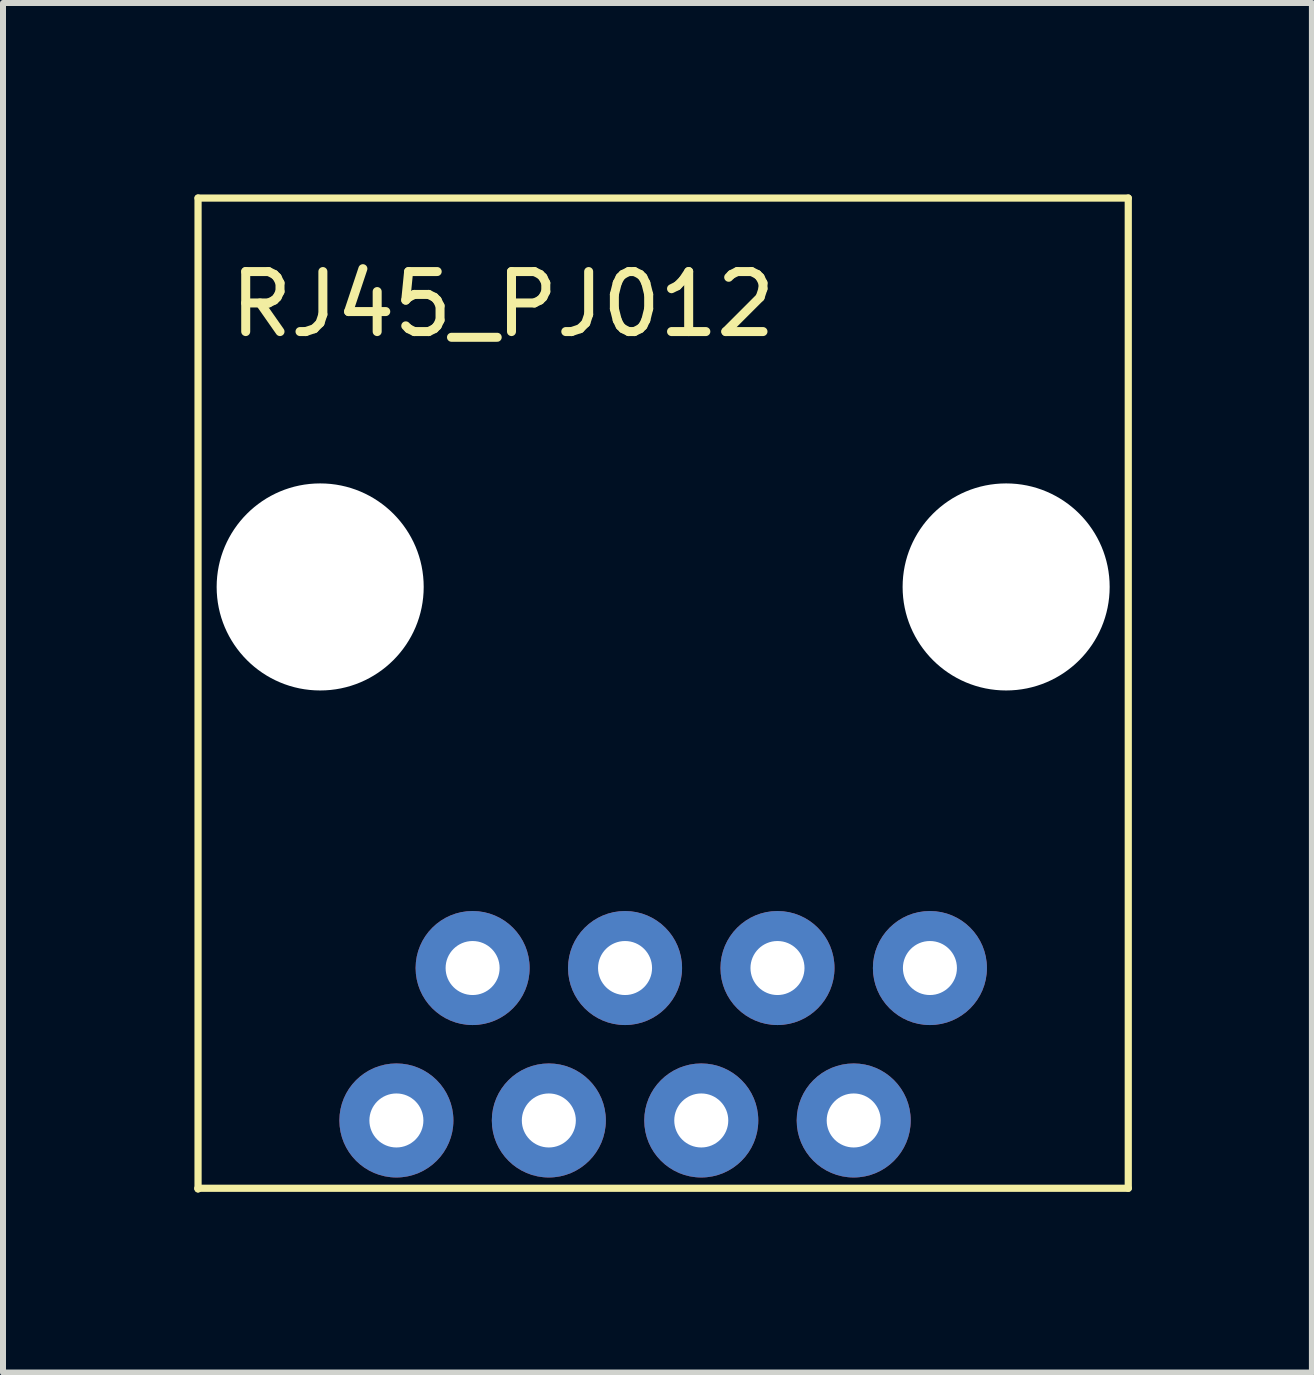
<source format=kicad_pcb>
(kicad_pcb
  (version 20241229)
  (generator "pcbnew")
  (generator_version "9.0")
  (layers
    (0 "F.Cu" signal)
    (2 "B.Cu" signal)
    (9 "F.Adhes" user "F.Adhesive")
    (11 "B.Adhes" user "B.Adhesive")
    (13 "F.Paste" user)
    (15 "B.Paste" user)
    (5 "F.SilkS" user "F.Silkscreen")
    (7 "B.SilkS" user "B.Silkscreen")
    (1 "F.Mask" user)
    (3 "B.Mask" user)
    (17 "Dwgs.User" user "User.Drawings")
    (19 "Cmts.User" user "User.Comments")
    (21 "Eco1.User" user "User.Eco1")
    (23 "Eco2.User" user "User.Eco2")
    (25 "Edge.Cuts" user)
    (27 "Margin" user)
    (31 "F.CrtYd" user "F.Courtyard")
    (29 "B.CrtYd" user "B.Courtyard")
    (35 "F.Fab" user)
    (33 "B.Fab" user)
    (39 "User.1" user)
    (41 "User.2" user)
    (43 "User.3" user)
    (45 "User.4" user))
  (footprint "RJ45_PJ012"
    (layer "F.Cu")
    (at 0.25 0.25)
    (property "Reference" "RJ45_PJ012" (at 5.08 1.77 0) (layer "F.SilkS") (effects (font (size 1 1) (thickness 0.15))))
    (attr through_hole)
    (fp_line (start 0 0) (end 0 16.51) (stroke (width 0.12) (type solid)) (layer "F.SilkS"))
    (fp_line (start 0 0) (end 15.5 0) (stroke (width 0.12) (type solid)) (layer "F.SilkS"))
    (fp_line (start 0 16.51) (end 0 16.5) (stroke (width 0.12) (type solid)) (layer "F.SilkS"))
    (fp_line (start 15.5 0) (end 15.5 16.5) (stroke (width 0.12) (type solid)) (layer "F.SilkS"))
    (fp_line (start 15.5 16.5) (end 0 16.5) (stroke (width 0.12) (type solid)) (layer "F.SilkS"))
    (pad "" np_thru_hole circle (at 2.035 6.48) (size 3.45 3.45) (drill 3.45) (layers "*.Cu" "*.Mask"))
    (pad "" np_thru_hole circle (at 13.465 6.48) (size 3.45 3.45) (drill 3.45) (layers "*.Cu" "*.Mask"))
    (pad "1" thru_hole circle (at 3.305 15.37) (size 1.9 1.9) (drill 0.9) (layers "*.Cu" "*.Mask"))
    (pad "2" thru_hole circle (at 5.845 15.37) (size 1.9 1.9) (drill 0.9) (layers "*.Cu" "*.Mask"))
    (pad "3" thru_hole circle (at 8.385 15.37) (size 1.9 1.9) (drill 0.9) (layers "*.Cu" "*.Mask"))
    (pad "4" thru_hole circle (at 10.925 15.37) (size 1.9 1.9) (drill 0.9) (layers "*.Cu" "*.Mask"))
    (pad "5" thru_hole circle (at 4.575 12.83) (size 1.9 1.9) (drill 0.9) (layers "*.Cu" "*.Mask"))
    (pad "6" thru_hole circle (at 7.115 12.83) (size 1.9 1.9) (drill 0.9) (layers "*.Cu" "*.Mask"))
    (pad "7" thru_hole circle (at 9.655 12.83) (size 1.9 1.9) (drill 0.9) (layers "*.Cu" "*.Mask"))
    (pad "8" thru_hole circle (at 12.195 12.83) (size 1.9 1.9) (drill 0.9) (layers "*.Cu" "*.Mask")))
  (gr_rect
    (start -3 -3)
    (end 18.81 19.82)
    (stroke (width 0.1) (type default))
    (fill no)
    (layer "Edge.Cuts")))
</source>
